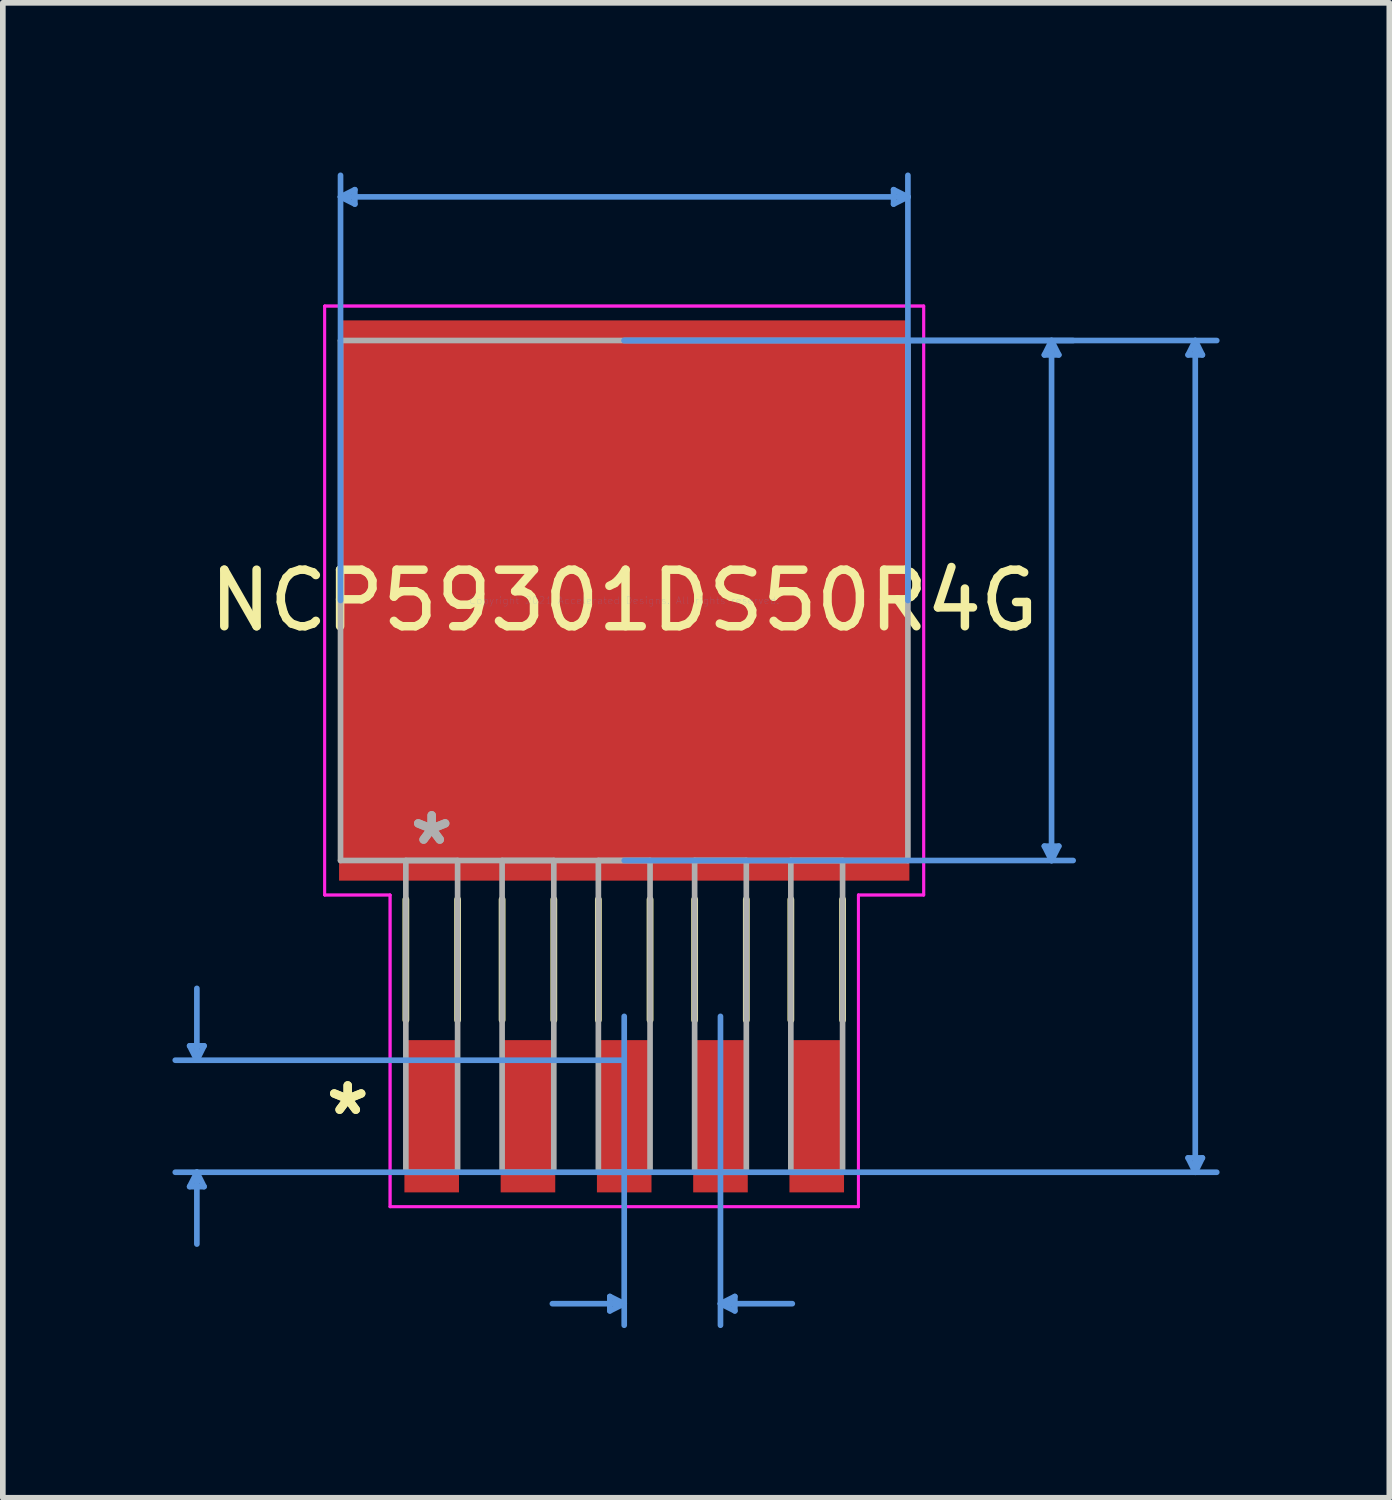
<source format=kicad_pcb>
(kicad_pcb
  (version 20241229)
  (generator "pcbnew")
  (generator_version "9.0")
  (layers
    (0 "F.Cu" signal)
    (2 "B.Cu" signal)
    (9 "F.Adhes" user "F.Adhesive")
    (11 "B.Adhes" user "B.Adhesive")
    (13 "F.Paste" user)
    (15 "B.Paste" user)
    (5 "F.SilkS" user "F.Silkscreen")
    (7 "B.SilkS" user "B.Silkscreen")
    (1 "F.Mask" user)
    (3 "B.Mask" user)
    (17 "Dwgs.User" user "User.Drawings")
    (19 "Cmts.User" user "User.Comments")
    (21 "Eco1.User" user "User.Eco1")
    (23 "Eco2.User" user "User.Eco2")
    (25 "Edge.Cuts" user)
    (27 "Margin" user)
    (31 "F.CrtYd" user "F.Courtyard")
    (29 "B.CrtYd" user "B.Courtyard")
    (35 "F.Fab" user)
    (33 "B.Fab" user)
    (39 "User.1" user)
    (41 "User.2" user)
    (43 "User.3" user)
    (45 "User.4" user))
  (footprint "NCP59301DS50R4G"
    (layer "F.Cu")
    (at 7.987 7.568)
    (property "Reference" "NCP59301DS50R4G" (at 0 0 0) (layer "F.SilkS") (effects (font (size 1 1) (thickness 0.15))))
    (attr through_hole)
    (fp_line (start -3.861 5.286) (end -3.861 7.417) (stroke (width 0.12) (type solid)) (layer "F.SilkS"))
    (fp_line (start -2.946 5.286) (end -2.946 7.417) (stroke (width 0.12) (type solid)) (layer "F.SilkS"))
    (fp_line (start -2.159 5.286) (end -2.159 7.417) (stroke (width 0.12) (type solid)) (layer "F.SilkS"))
    (fp_line (start -1.245 5.286) (end -1.245 7.417) (stroke (width 0.12) (type solid)) (layer "F.SilkS"))
    (fp_line (start -0.457 5.286) (end -0.457 7.417) (stroke (width 0.12) (type solid)) (layer "F.SilkS"))
    (fp_line (start 0.457 5.286) (end 0.457 7.417) (stroke (width 0.12) (type solid)) (layer "F.SilkS"))
    (fp_line (start 1.245 5.286) (end 1.245 7.417) (stroke (width 0.12) (type solid)) (layer "F.SilkS"))
    (fp_line (start 2.159 5.286) (end 2.159 7.417) (stroke (width 0.12) (type solid)) (layer "F.SilkS"))
    (fp_line (start 2.946 5.286) (end 2.946 7.417) (stroke (width 0.12) (type solid)) (layer "F.SilkS"))
    (fp_line (start 3.861 5.286) (end 3.861 7.417) (stroke (width 0.12) (type solid)) (layer "F.SilkS"))
    (fp_line (start -7.684 7.874) (end -7.429 7.874) (stroke (width 0.1) (type solid)) (layer "Cmts.User"))
    (fp_line (start -7.684 10.363) (end -7.429 10.363) (stroke (width 0.1) (type solid)) (layer "Cmts.User"))
    (fp_line (start -7.556 8.128) (end -7.684 7.874) (stroke (width 0.1) (type solid)) (layer "Cmts.User"))
    (fp_line (start -7.556 8.128) (end -7.556 6.858) (stroke (width 0.1) (type solid)) (layer "Cmts.User"))
    (fp_line (start -7.556 8.128) (end -7.429 7.874) (stroke (width 0.1) (type solid)) (layer "Cmts.User"))
    (fp_line (start -7.556 10.109) (end -7.684 10.363) (stroke (width 0.1) (type solid)) (layer "Cmts.User"))
    (fp_line (start -7.556 10.109) (end -7.556 11.379) (stroke (width 0.1) (type solid)) (layer "Cmts.User"))
    (fp_line (start -7.556 10.109) (end -7.429 10.363) (stroke (width 0.1) (type solid)) (layer "Cmts.User"))
    (fp_line (start -5.016 -7.137) (end -4.763 -7.264) (stroke (width 0.1) (type solid)) (layer "Cmts.User"))
    (fp_line (start -5.016 -7.137) (end -4.763 -7.01) (stroke (width 0.1) (type solid)) (layer "Cmts.User"))
    (fp_line (start -5.016 -7.137) (end 5.016 -7.137) (stroke (width 0.1) (type solid)) (layer "Cmts.User"))
    (fp_line (start -5.016 0) (end -5.016 -7.518) (stroke (width 0.1) (type solid)) (layer "Cmts.User"))
    (fp_line (start -4.763 -7.264) (end -4.763 -7.01) (stroke (width 0.1) (type solid)) (layer "Cmts.User"))
    (fp_line (start -0.254 12.306) (end -0.254 12.56) (stroke (width 0.1) (type solid)) (layer "Cmts.User"))
    (fp_line (start 0 -4.597) (end 7.938 -4.597) (stroke (width 0.1) (type solid)) (layer "Cmts.User"))
    (fp_line (start 0 -4.597) (end 10.477 -4.597) (stroke (width 0.1) (type solid)) (layer "Cmts.User"))
    (fp_line (start 0 4.597) (end 7.938 4.597) (stroke (width 0.1) (type solid)) (layer "Cmts.User"))
    (fp_line (start 0 7.353) (end 0 12.814) (stroke (width 0.1) (type solid)) (layer "Cmts.User"))
    (fp_line (start 0 8.128) (end -7.938 8.128) (stroke (width 0.1) (type solid)) (layer "Cmts.User"))
    (fp_line (start 0 10.109) (end -7.938 10.109) (stroke (width 0.1) (type solid)) (layer "Cmts.User"))
    (fp_line (start 0 10.109) (end 10.477 10.109) (stroke (width 0.1) (type solid)) (layer "Cmts.User"))
    (fp_line (start 0 12.433) (end -1.27 12.433) (stroke (width 0.1) (type solid)) (layer "Cmts.User"))
    (fp_line (start 0 12.433) (end -0.254 12.306) (stroke (width 0.1) (type solid)) (layer "Cmts.User"))
    (fp_line (start 0 12.433) (end -0.254 12.56) (stroke (width 0.1) (type solid)) (layer "Cmts.User"))
    (fp_line (start 1.702 7.353) (end 1.702 12.814) (stroke (width 0.1) (type solid)) (layer "Cmts.User"))
    (fp_line (start 1.702 12.433) (end 1.956 12.306) (stroke (width 0.1) (type solid)) (layer "Cmts.User"))
    (fp_line (start 1.702 12.433) (end 1.956 12.56) (stroke (width 0.1) (type solid)) (layer "Cmts.User"))
    (fp_line (start 1.702 12.433) (end 2.972 12.433) (stroke (width 0.1) (type solid)) (layer "Cmts.User"))
    (fp_line (start 1.956 12.306) (end 1.956 12.56) (stroke (width 0.1) (type solid)) (layer "Cmts.User"))
    (fp_line (start 4.763 -7.264) (end 4.763 -7.01) (stroke (width 0.1) (type solid)) (layer "Cmts.User"))
    (fp_line (start 5.016 -7.137) (end 4.763 -7.264) (stroke (width 0.1) (type solid)) (layer "Cmts.User"))
    (fp_line (start 5.016 -7.137) (end 4.763 -7.01) (stroke (width 0.1) (type solid)) (layer "Cmts.User"))
    (fp_line (start 5.016 0) (end 5.016 -7.518) (stroke (width 0.1) (type solid)) (layer "Cmts.User"))
    (fp_line (start 7.429 -4.343) (end 7.684 -4.343) (stroke (width 0.1) (type solid)) (layer "Cmts.User"))
    (fp_line (start 7.429 4.343) (end 7.684 4.343) (stroke (width 0.1) (type solid)) (layer "Cmts.User"))
    (fp_line (start 7.556 -4.597) (end 7.429 -4.343) (stroke (width 0.1) (type solid)) (layer "Cmts.User"))
    (fp_line (start 7.556 -4.597) (end 7.556 4.597) (stroke (width 0.1) (type solid)) (layer "Cmts.User"))
    (fp_line (start 7.556 -4.597) (end 7.684 -4.343) (stroke (width 0.1) (type solid)) (layer "Cmts.User"))
    (fp_line (start 7.556 4.597) (end 7.429 4.343) (stroke (width 0.1) (type solid)) (layer "Cmts.User"))
    (fp_line (start 7.556 4.597) (end 7.684 4.343) (stroke (width 0.1) (type solid)) (layer "Cmts.User"))
    (fp_line (start 9.97 -4.343) (end 10.223 -4.343) (stroke (width 0.1) (type solid)) (layer "Cmts.User"))
    (fp_line (start 9.97 9.855) (end 10.223 9.855) (stroke (width 0.1) (type solid)) (layer "Cmts.User"))
    (fp_line (start 10.097 -4.597) (end 9.97 -4.343) (stroke (width 0.1) (type solid)) (layer "Cmts.User"))
    (fp_line (start 10.097 -4.597) (end 10.097 10.109) (stroke (width 0.1) (type solid)) (layer "Cmts.User"))
    (fp_line (start 10.097 -4.597) (end 10.223 -4.343) (stroke (width 0.1) (type solid)) (layer "Cmts.User"))
    (fp_line (start 10.097 10.109) (end 9.97 9.855) (stroke (width 0.1) (type solid)) (layer "Cmts.User"))
    (fp_line (start 10.097 10.109) (end 10.223 9.855) (stroke (width 0.1) (type solid)) (layer "Cmts.User"))
    (fp_line (start -5.296 -5.207) (end 5.296 -5.207) (stroke (width 0.05) (type solid)) (layer "F.CrtYd"))
    (fp_line (start -5.296 -5.207) (end 5.296 -5.207) (stroke (width 0.05) (type solid)) (layer "F.CrtYd"))
    (fp_line (start -5.296 5.207) (end -5.296 -5.207) (stroke (width 0.05) (type solid)) (layer "F.CrtYd"))
    (fp_line (start -5.296 5.207) (end -5.296 -5.207) (stroke (width 0.05) (type solid)) (layer "F.CrtYd"))
    (fp_line (start -4.14 5.207) (end -5.296 5.207) (stroke (width 0.05) (type solid)) (layer "F.CrtYd"))
    (fp_line (start -4.14 5.207) (end -5.296 5.207) (stroke (width 0.05) (type solid)) (layer "F.CrtYd"))
    (fp_line (start -4.14 10.719) (end -4.14 5.207) (stroke (width 0.05) (type solid)) (layer "F.CrtYd"))
    (fp_line (start -4.14 10.719) (end -4.14 5.207) (stroke (width 0.05) (type solid)) (layer "F.CrtYd"))
    (fp_line (start 4.14 5.207) (end 4.14 10.719) (stroke (width 0.05) (type solid)) (layer "F.CrtYd"))
    (fp_line (start 4.14 5.207) (end 4.14 10.719) (stroke (width 0.05) (type solid)) (layer "F.CrtYd"))
    (fp_line (start 4.14 10.719) (end -4.14 10.719) (stroke (width 0.05) (type solid)) (layer "F.CrtYd"))
    (fp_line (start 4.14 10.719) (end -4.14 10.719) (stroke (width 0.05) (type solid)) (layer "F.CrtYd"))
    (fp_line (start 5.296 -5.207) (end 5.296 5.207) (stroke (width 0.05) (type solid)) (layer "F.CrtYd"))
    (fp_line (start 5.296 -5.207) (end 5.296 5.207) (stroke (width 0.05) (type solid)) (layer "F.CrtYd"))
    (fp_line (start 5.296 5.207) (end 4.14 5.207) (stroke (width 0.05) (type solid)) (layer "F.CrtYd"))
    (fp_line (start 5.296 5.207) (end 4.14 5.207) (stroke (width 0.05) (type solid)) (layer "F.CrtYd"))
    (fp_line (start -5.016 -4.597) (end -5.016 4.597) (stroke (width 0.1) (type solid)) (layer "F.Fab"))
    (fp_line (start -5.016 4.597) (end 5.016 4.597) (stroke (width 0.1) (type solid)) (layer "F.Fab"))
    (fp_line (start -3.861 4.597) (end -3.861 10.109) (stroke (width 0.1) (type solid)) (layer "F.Fab"))
    (fp_line (start -3.861 10.109) (end -2.946 10.109) (stroke (width 0.1) (type solid)) (layer "F.Fab"))
    (fp_line (start -2.946 4.597) (end -3.861 4.597) (stroke (width 0.1) (type solid)) (layer "F.Fab"))
    (fp_line (start -2.946 10.109) (end -2.946 4.597) (stroke (width 0.1) (type solid)) (layer "F.Fab"))
    (fp_line (start -2.159 4.597) (end -2.159 10.109) (stroke (width 0.1) (type solid)) (layer "F.Fab"))
    (fp_line (start -2.159 10.109) (end -1.245 10.109) (stroke (width 0.1) (type solid)) (layer "F.Fab"))
    (fp_line (start -1.245 4.597) (end -2.159 4.597) (stroke (width 0.1) (type solid)) (layer "F.Fab"))
    (fp_line (start -1.245 10.109) (end -1.245 4.597) (stroke (width 0.1) (type solid)) (layer "F.Fab"))
    (fp_line (start -0.457 4.597) (end -0.457 10.109) (stroke (width 0.1) (type solid)) (layer "F.Fab"))
    (fp_line (start -0.457 10.109) (end 0.457 10.109) (stroke (width 0.1) (type solid)) (layer "F.Fab"))
    (fp_line (start 0.457 4.597) (end -0.457 4.597) (stroke (width 0.1) (type solid)) (layer "F.Fab"))
    (fp_line (start 0.457 10.109) (end 0.457 4.597) (stroke (width 0.1) (type solid)) (layer "F.Fab"))
    (fp_line (start 1.245 4.597) (end 1.245 10.109) (stroke (width 0.1) (type solid)) (layer "F.Fab"))
    (fp_line (start 1.245 10.109) (end 2.159 10.109) (stroke (width 0.1) (type solid)) (layer "F.Fab"))
    (fp_line (start 2.159 4.597) (end 1.245 4.597) (stroke (width 0.1) (type solid)) (layer "F.Fab"))
    (fp_line (start 2.159 10.109) (end 2.159 4.597) (stroke (width 0.1) (type solid)) (layer "F.Fab"))
    (fp_line (start 2.946 4.597) (end 2.946 10.109) (stroke (width 0.1) (type solid)) (layer "F.Fab"))
    (fp_line (start 2.946 10.109) (end 3.861 10.109) (stroke (width 0.1) (type solid)) (layer "F.Fab"))
    (fp_line (start 3.861 4.597) (end 2.946 4.597) (stroke (width 0.1) (type solid)) (layer "F.Fab"))
    (fp_line (start 3.861 10.109) (end 3.861 4.597) (stroke (width 0.1) (type solid)) (layer "F.Fab"))
    (fp_line (start 5.016 -4.597) (end -5.016 -4.597) (stroke (width 0.1) (type solid)) (layer "F.Fab"))
    (fp_line (start 5.016 4.597) (end 5.016 -4.597) (stroke (width 0.1) (type solid)) (layer "F.Fab"))
    (fp_text user "*" (at -4.889 9.119 0) (layer "F.SilkS") (effects (font (size 1 1) (thickness 0.15))))
    (fp_text user "*" (at -4.889 9.119 0) (layer "F.SilkS") (effects (font (size 1 1) (thickness 0.15))))
    (fp_text user "Copyright 2021 Accelerated Designs. All rights reserved." (at 0 0 0) (layer "Cmts.User") (effects (font (size 0.127 0.127) (thickness 0.002))))
    (fp_text user "*" (at -3.404 4.343 0) (layer "F.Fab") (effects (font (size 1 1) (thickness 0.15))))
    (fp_text user "*" (at -3.404 4.343 0) (layer "F.Fab") (effects (font (size 1 1) (thickness 0.15))))
    (pad "1" smd rect (at -3.404 9.119) (size 0.965 2.692) (layers "F.Cu" "F.Mask" "F.Paste"))
    (pad "2" smd rect (at -1.702 9.119) (size 0.965 2.692) (layers "F.Cu" "F.Mask" "F.Paste"))
    (pad "3" smd rect (at 0 9.119) (size 0.965 2.692) (layers "F.Cu" "F.Mask" "F.Paste"))
    (pad "4" smd rect (at 1.702 9.119) (size 0.965 2.692) (layers "F.Cu" "F.Mask" "F.Paste"))
    (pad "5" smd rect (at 3.404 9.119) (size 0.965 2.692) (layers "F.Cu" "F.Mask" "F.Paste"))
    (pad "6" smd rect (at 0 0) (size 10.084 9.906) (layers "F.Cu" "F.Mask" "F.Paste")))
  (gr_rect
    (start -3 -3)
    (end 21.515 23.433)
    (stroke (width 0.1) (type default))
    (fill no)
    (layer "Edge.Cuts")))
</source>
